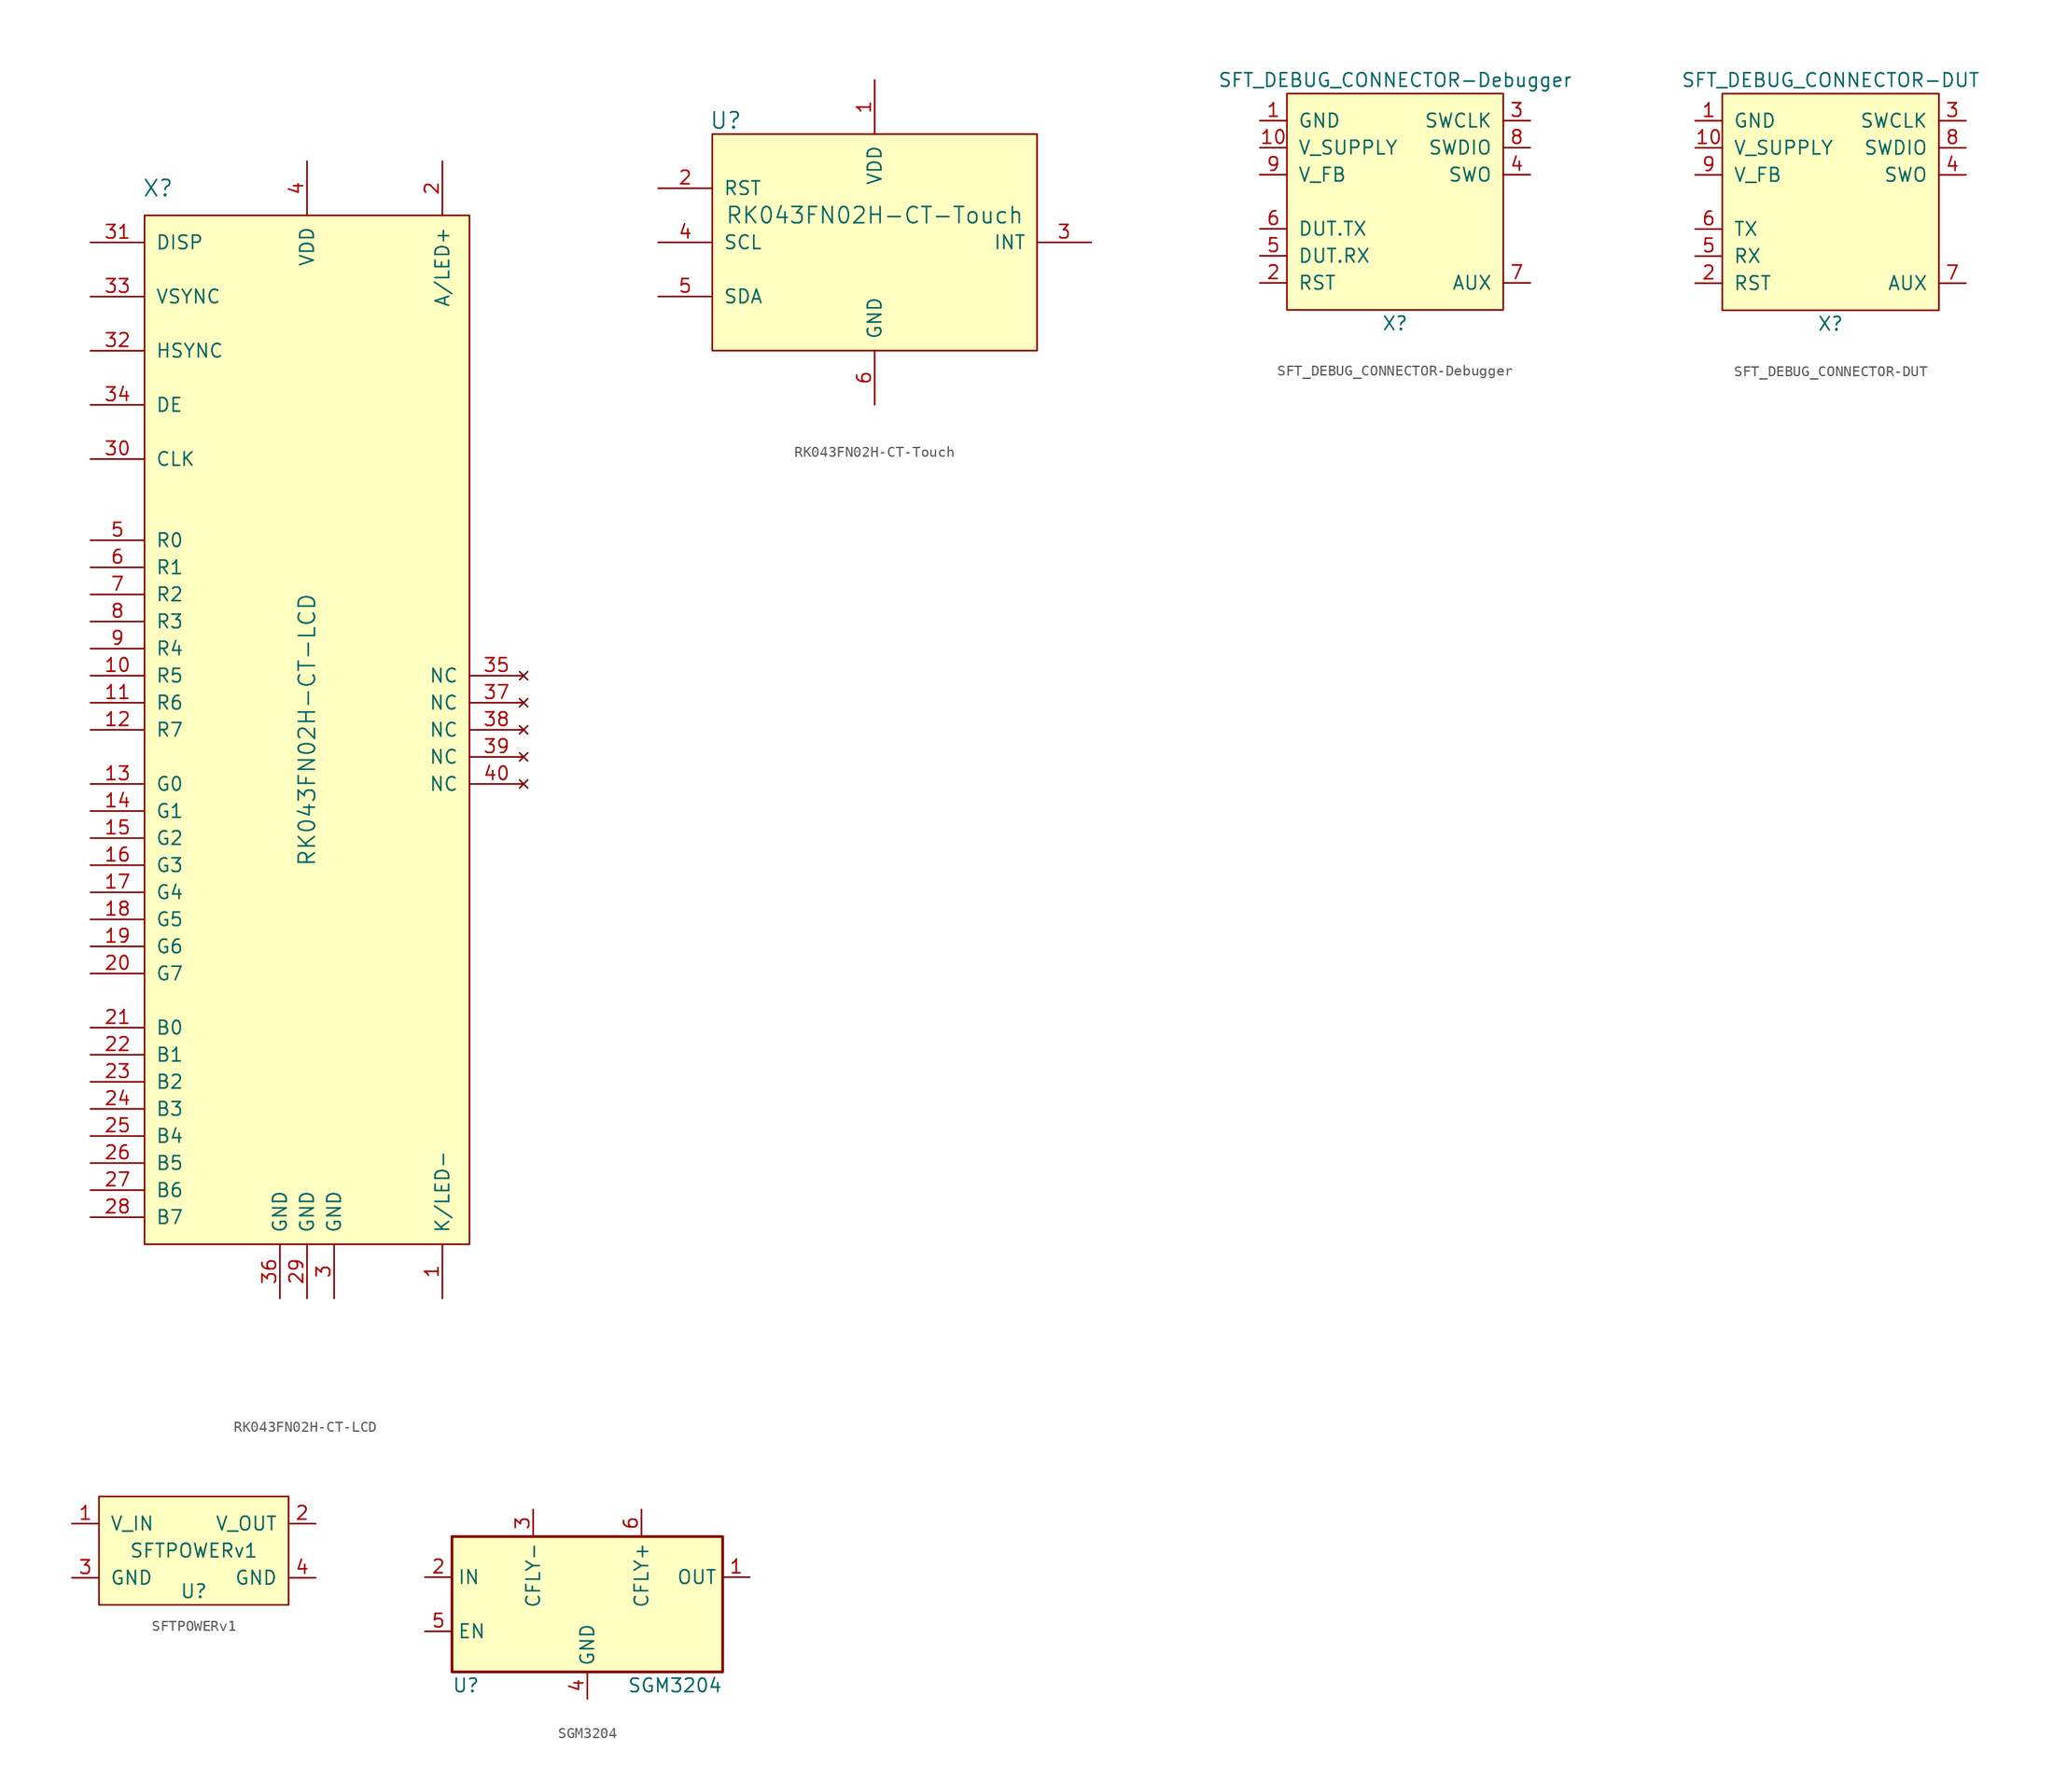
<source format=kicad_sym>
(kicad_symbol_lib
  (version 20211014)
  (generator kicad_symbol_editor)
  (symbol "RK043FN02H-CT-LCD"
    (pin_names
      (offset 1.016))
    (property "Reference" "X"
      (at -13.97 50.8 0)
      (effects (font (size 1.524 1.524))))
    (property "Value" "RK043FN02H-CT-LCD"
      (at 0 0 90)
      (effects (font (size 1.524 1.524))))
    (symbol "RK043FN02H-CT-LCD_0_1"
      (rectangle (start -15.24 48.26) (end 15.24 -48.26) (stroke (width 0) (type default) (color 0 0 0 0)) (fill (type background))))
    (symbol "RK043FN02H-CT-LCD_1_1"
      (pin power_in line (at 12.7 -53.34 90) (length 5.08) (name "K/LED-" (effects (font (size 1.27 1.27)))) (number "1" (effects (font (size 1.27 1.27)))))
      (pin input line (at -20.32 5.08 0) (length 5.08) (name "R5" (effects (font (size 1.27 1.27)))) (number "10" (effects (font (size 1.27 1.27)))))
      (pin input line (at -20.32 2.54 0) (length 5.08) (name "R6" (effects (font (size 1.27 1.27)))) (number "11" (effects (font (size 1.27 1.27)))))
      (pin input line (at -20.32 0 0) (length 5.08) (name "R7" (effects (font (size 1.27 1.27)))) (number "12" (effects (font (size 1.27 1.27)))))
      (pin input line (at -20.32 -5.08 0) (length 5.08) (name "G0" (effects (font (size 1.27 1.27)))) (number "13" (effects (font (size 1.27 1.27)))))
      (pin input line (at -20.32 -7.62 0) (length 5.08) (name "G1" (effects (font (size 1.27 1.27)))) (number "14" (effects (font (size 1.27 1.27)))))
      (pin input line (at -20.32 -10.16 0) (length 5.08) (name "G2" (effects (font (size 1.27 1.27)))) (number "15" (effects (font (size 1.27 1.27)))))
      (pin input line (at -20.32 -12.7 0) (length 5.08) (name "G3" (effects (font (size 1.27 1.27)))) (number "16" (effects (font (size 1.27 1.27)))))
      (pin input line (at -20.32 -15.24 0) (length 5.08) (name "G4" (effects (font (size 1.27 1.27)))) (number "17" (effects (font (size 1.27 1.27)))))
      (pin input line (at -20.32 -17.78 0) (length 5.08) (name "G5" (effects (font (size 1.27 1.27)))) (number "18" (effects (font (size 1.27 1.27)))))
      (pin input line (at -20.32 -20.32 0) (length 5.08) (name "G6" (effects (font (size 1.27 1.27)))) (number "19" (effects (font (size 1.27 1.27)))))
      (pin power_in line (at 12.7 53.34 270) (length 5.08) (name "A/LED+" (effects (font (size 1.27 1.27)))) (number "2" (effects (font (size 1.27 1.27)))))
      (pin input line (at -20.32 -22.86 0) (length 5.08) (name "G7" (effects (font (size 1.27 1.27)))) (number "20" (effects (font (size 1.27 1.27)))))
      (pin input line (at -20.32 -27.94 0) (length 5.08) (name "B0" (effects (font (size 1.27 1.27)))) (number "21" (effects (font (size 1.27 1.27)))))
      (pin input line (at -20.32 -30.48 0) (length 5.08) (name "B1" (effects (font (size 1.27 1.27)))) (number "22" (effects (font (size 1.27 1.27)))))
      (pin input line (at -20.32 -33.02 0) (length 5.08) (name "B2" (effects (font (size 1.27 1.27)))) (number "23" (effects (font (size 1.27 1.27)))))
      (pin input line (at -20.32 -35.56 0) (length 5.08) (name "B3" (effects (font (size 1.27 1.27)))) (number "24" (effects (font (size 1.27 1.27)))))
      (pin input line (at -20.32 -38.1 0) (length 5.08) (name "B4" (effects (font (size 1.27 1.27)))) (number "25" (effects (font (size 1.27 1.27)))))
      (pin input line (at -20.32 -40.64 0) (length 5.08) (name "B5" (effects (font (size 1.27 1.27)))) (number "26" (effects (font (size 1.27 1.27)))))
      (pin input line (at -20.32 -43.18 0) (length 5.08) (name "B6" (effects (font (size 1.27 1.27)))) (number "27" (effects (font (size 1.27 1.27)))))
      (pin input line (at -20.32 -45.72 0) (length 5.08) (name "B7" (effects (font (size 1.27 1.27)))) (number "28" (effects (font (size 1.27 1.27)))))
      (pin power_in line (at 0 -53.34 90) (length 5.08) (name "GND" (effects (font (size 1.27 1.27)))) (number "29" (effects (font (size 1.27 1.27)))))
      (pin power_in line (at 2.54 -53.34 90) (length 5.08) (name "GND" (effects (font (size 1.27 1.27)))) (number "3" (effects (font (size 1.27 1.27)))))
      (pin input line (at -20.32 25.4 0) (length 5.08) (name "CLK" (effects (font (size 1.27 1.27)))) (number "30" (effects (font (size 1.27 1.27)))))
      (pin input line (at -20.32 45.72 0) (length 5.08) (name "DISP" (effects (font (size 1.27 1.27)))) (number "31" (effects (font (size 1.27 1.27)))))
      (pin input line (at -20.32 35.56 0) (length 5.08) (name "HSYNC" (effects (font (size 1.27 1.27)))) (number "32" (effects (font (size 1.27 1.27)))))
      (pin input line (at -20.32 40.64 0) (length 5.08) (name "VSYNC" (effects (font (size 1.27 1.27)))) (number "33" (effects (font (size 1.27 1.27)))))
      (pin input line (at -20.32 30.48 0) (length 5.08) (name "DE" (effects (font (size 1.27 1.27)))) (number "34" (effects (font (size 1.27 1.27)))))
      (pin no_connect line (at 20.32 5.08 180) (length 5.08) (name "NC" (effects (font (size 1.27 1.27)))) (number "35" (effects (font (size 1.27 1.27)))))
      (pin power_in line (at -2.54 -53.34 90) (length 5.08) (name "GND" (effects (font (size 1.27 1.27)))) (number "36" (effects (font (size 1.27 1.27)))))
      (pin no_connect line (at 20.32 2.54 180) (length 5.08) (name "NC" (effects (font (size 1.27 1.27)))) (number "37" (effects (font (size 1.27 1.27)))))
      (pin no_connect line (at 20.32 0 180) (length 5.08) (name "NC" (effects (font (size 1.27 1.27)))) (number "38" (effects (font (size 1.27 1.27)))))
      (pin no_connect line (at 20.32 -2.54 180) (length 5.08) (name "NC" (effects (font (size 1.27 1.27)))) (number "39" (effects (font (size 1.27 1.27)))))
      (pin power_in line (at 0 53.34 270) (length 5.08) (name "VDD" (effects (font (size 1.27 1.27)))) (number "4" (effects (font (size 1.27 1.27)))))
      (pin no_connect line (at 20.32 -5.08 180) (length 5.08) (name "NC" (effects (font (size 1.27 1.27)))) (number "40" (effects (font (size 1.27 1.27)))))
      (pin input line (at -20.32 17.78 0) (length 5.08) (name "R0" (effects (font (size 1.27 1.27)))) (number "5" (effects (font (size 1.27 1.27)))))
      (pin input line (at -20.32 15.24 0) (length 5.08) (name "R1" (effects (font (size 1.27 1.27)))) (number "6" (effects (font (size 1.27 1.27)))))
      (pin input line (at -20.32 12.7 0) (length 5.08) (name "R2" (effects (font (size 1.27 1.27)))) (number "7" (effects (font (size 1.27 1.27)))))
      (pin input line (at -20.32 10.16 0) (length 5.08) (name "R3" (effects (font (size 1.27 1.27)))) (number "8" (effects (font (size 1.27 1.27)))))
      (pin input line (at -20.32 7.62 0) (length 5.08) (name "R4" (effects (font (size 1.27 1.27)))) (number "9" (effects (font (size 1.27 1.27)))))))
  (symbol "RK043FN02H-CT-Touch"
    (pin_names
      (offset 1.016))
    (property "Reference" "U"
      (at -13.97 11.43 0)
      (effects (font (size 1.524 1.524))))
    (property "Value" "RK043FN02H-CT-Touch"
      (at 0 2.54 0)
      (effects (font (size 1.524 1.524))))
    (symbol "RK043FN02H-CT-Touch_0_1"
      (rectangle (start -15.24 10.16) (end 15.24 -10.16) (stroke (width 0) (type default) (color 0 0 0 0)) (fill (type background))))
    (symbol "RK043FN02H-CT-Touch_1_1"
      (pin power_in line (at 0 15.24 270) (length 5.08) (name "VDD" (effects (font (size 1.27 1.27)))) (number "1" (effects (font (size 1.27 1.27)))))
      (pin input line (at -20.32 5.08 0) (length 5.08) (name "RST" (effects (font (size 1.27 1.27)))) (number "2" (effects (font (size 1.27 1.27)))))
      (pin output line (at 20.32 0 180) (length 5.08) (name "INT" (effects (font (size 1.27 1.27)))) (number "3" (effects (font (size 1.27 1.27)))))
      (pin input line (at -20.32 0 0) (length 5.08) (name "SCL" (effects (font (size 1.27 1.27)))) (number "4" (effects (font (size 1.27 1.27)))))
      (pin bidirectional line (at -20.32 -5.08 0) (length 5.08) (name "SDA" (effects (font (size 1.27 1.27)))) (number "5" (effects (font (size 1.27 1.27)))))
      (pin power_in line (at 0 -15.24 90) (length 5.08) (name "GND" (effects (font (size 1.27 1.27)))) (number "6" (effects (font (size 1.27 1.27)))))))
  (symbol "SFT_DEBUG_CONNECTOR-Debugger"
    (pin_names
      (offset 1.016))
    (property "Reference" "X"
      (at 0 -11.43 0)
      (effects (font (size 1.27 1.27))))
    (property "Value" "SFT_DEBUG_CONNECTOR-Debugger"
      (at 0 11.43 0)
      (effects (font (size 1.27 1.27))))
    (symbol "SFT_DEBUG_CONNECTOR-Debugger_0_1"
      (rectangle (start -10.16 10.16) (end 10.16 -10.16) (stroke (width 0) (type default) (color 0 0 0 0)) (fill (type background))))
    (symbol "SFT_DEBUG_CONNECTOR-Debugger_1_1"
      (pin power_out line (at -12.7 7.62 0) (length 2.54) (name "GND" (effects (font (size 1.27 1.27)))) (number "1" (effects (font (size 1.27 1.27)))))
      (pin power_out line (at -12.7 5.08 0) (length 2.54) (name "V_SUPPLY" (effects (font (size 1.27 1.27)))) (number "10" (effects (font (size 1.27 1.27)))))
      (pin bidirectional line (at -12.7 -7.62 0) (length 2.54) (name "RST" (effects (font (size 1.27 1.27)))) (number "2" (effects (font (size 1.27 1.27)))))
      (pin output line (at 12.7 7.62 180) (length 2.54) (name "SWCLK" (effects (font (size 1.27 1.27)))) (number "3" (effects (font (size 1.27 1.27)))))
      (pin input line (at 12.7 2.54 180) (length 2.54) (name "SWO" (effects (font (size 1.27 1.27)))) (number "4" (effects (font (size 1.27 1.27)))))
      (pin output line (at -12.7 -5.08 0) (length 2.54) (name "DUT.RX" (effects (font (size 1.27 1.27)))) (number "5" (effects (font (size 1.27 1.27)))))
      (pin input line (at -12.7 -2.54 0) (length 2.54) (name "DUT.TX" (effects (font (size 1.27 1.27)))) (number "6" (effects (font (size 1.27 1.27)))))
      (pin bidirectional line (at 12.7 -7.62 180) (length 2.54) (name "AUX" (effects (font (size 1.27 1.27)))) (number "7" (effects (font (size 1.27 1.27)))))
      (pin bidirectional line (at 12.7 5.08 180) (length 2.54) (name "SWDIO" (effects (font (size 1.27 1.27)))) (number "8" (effects (font (size 1.27 1.27)))))
      (pin input line (at -12.7 2.54 0) (length 2.54) (name "V_FB" (effects (font (size 1.27 1.27)))) (number "9" (effects (font (size 1.27 1.27)))))))
  (symbol "SFT_DEBUG_CONNECTOR-DUT"
    (pin_names
      (offset 1.016))
    (property "Reference" "X"
      (at 0 -11.43 0)
      (effects (font (size 1.27 1.27))))
    (property "Value" "SFT_DEBUG_CONNECTOR-DUT"
      (at 0 11.43 0)
      (effects (font (size 1.27 1.27))))
    (symbol "SFT_DEBUG_CONNECTOR-DUT_0_1"
      (rectangle (start -10.16 10.16) (end 10.16 -10.16) (stroke (width 0) (type default) (color 0 0 0 0)) (fill (type background))))
    (symbol "SFT_DEBUG_CONNECTOR-DUT_1_1"
      (pin power_in line (at -12.7 7.62 0) (length 2.54) (name "GND" (effects (font (size 1.27 1.27)))) (number "1" (effects (font (size 1.27 1.27)))))
      (pin power_in line (at -12.7 5.08 0) (length 2.54) (name "V_SUPPLY" (effects (font (size 1.27 1.27)))) (number "10" (effects (font (size 1.27 1.27)))))
      (pin bidirectional line (at -12.7 -7.62 0) (length 2.54) (name "RST" (effects (font (size 1.27 1.27)))) (number "2" (effects (font (size 1.27 1.27)))))
      (pin input line (at 12.7 7.62 180) (length 2.54) (name "SWCLK" (effects (font (size 1.27 1.27)))) (number "3" (effects (font (size 1.27 1.27)))))
      (pin output line (at 12.7 2.54 180) (length 2.54) (name "SWO" (effects (font (size 1.27 1.27)))) (number "4" (effects (font (size 1.27 1.27)))))
      (pin input line (at -12.7 -5.08 0) (length 2.54) (name "RX" (effects (font (size 1.27 1.27)))) (number "5" (effects (font (size 1.27 1.27)))))
      (pin output line (at -12.7 -2.54 0) (length 2.54) (name "TX" (effects (font (size 1.27 1.27)))) (number "6" (effects (font (size 1.27 1.27)))))
      (pin bidirectional line (at 12.7 -7.62 180) (length 2.54) (name "AUX" (effects (font (size 1.27 1.27)))) (number "7" (effects (font (size 1.27 1.27)))))
      (pin bidirectional line (at 12.7 5.08 180) (length 2.54) (name "SWDIO" (effects (font (size 1.27 1.27)))) (number "8" (effects (font (size 1.27 1.27)))))
      (pin output line (at -12.7 2.54 0) (length 2.54) (name "V_FB" (effects (font (size 1.27 1.27)))) (number "9" (effects (font (size 1.27 1.27)))))))
  (symbol "SFTPOWERv1"
    (pin_names
      (offset 1.016))
    (property "Reference" "U"
      (at 0 -3.81 0)
      (effects (font (size 1.27 1.27))))
    (property "Value" "SFTPOWERv1"
      (at 0 0 0)
      (effects (font (size 1.27 1.27))))
    (symbol "SFTPOWERv1_0_1"
      (rectangle (start -8.89 -5.08) (end 8.89 5.08) (stroke (width 0) (type default) (color 0 0 0 0)) (fill (type background))))
    (symbol "SFTPOWERv1_1_1"
      (pin power_in line (at -11.43 2.54 0) (length 2.54) (name "V_IN" (effects (font (size 1.27 1.27)))) (number "1" (effects (font (size 1.27 1.27)))))
      (pin power_out line (at 11.43 2.54 180) (length 2.54) (name "V_OUT" (effects (font (size 1.27 1.27)))) (number "2" (effects (font (size 1.27 1.27)))))
      (pin power_in line (at -11.43 -2.54 0) (length 2.54) (name "GND" (effects (font (size 1.27 1.27)))) (number "3" (effects (font (size 1.27 1.27)))))
      (pin power_out line (at 11.43 -2.54 180) (length 2.54) (name "GND" (effects (font (size 1.27 1.27)))) (number "4" (effects (font (size 1.27 1.27)))))))
  (symbol "SGM3204"
    (property "Reference" "U"
      (at -12.7 -7.62 0)
      (effects (font (size 1.27 1.27)) (justify left)))
    (property "Value" "SGM3204"
      (at 12.7 -7.62 0)
      (effects (font (size 1.27 1.27)) (justify right)))
    (symbol "SGM3204_0_0"
      (pin power_out line (at 15.24 2.54 180) (length 2.54) (name "OUT" (effects (font (size 1.27 1.27)))) (number "1" (effects (font (size 1.27 1.27)))))
      (pin power_in line (at -15.24 2.54 0) (length 2.54) (name "IN" (effects (font (size 1.27 1.27)))) (number "2" (effects (font (size 1.27 1.27)))))
      (pin bidirectional line (at -5.08 8.89 270) (length 2.54) (name "CFLY-" (effects (font (size 1.27 1.27)))) (number "3" (effects (font (size 1.27 1.27)))))
      (pin power_in line (at 0 -8.89 90) (length 2.54) (name "GND" (effects (font (size 1.27 1.27)))) (number "4" (effects (font (size 1.27 1.27)))))
      (pin input line (at -15.24 -2.54 0) (length 2.54) (name "EN" (effects (font (size 1.27 1.27)))) (number "5" (effects (font (size 1.27 1.27)))))
      (pin bidirectional line (at 5.08 8.89 270) (length 2.54) (name "CFLY+" (effects (font (size 1.27 1.27)))) (number "6" (effects (font (size 1.27 1.27))))))
    (symbol "SGM3204_0_1"
      (rectangle (start -12.7 6.35) (end 12.7 -6.35) (stroke (width 0.254) (type default) (color 0 0 0 0)) (fill (type background))))))
</source>
